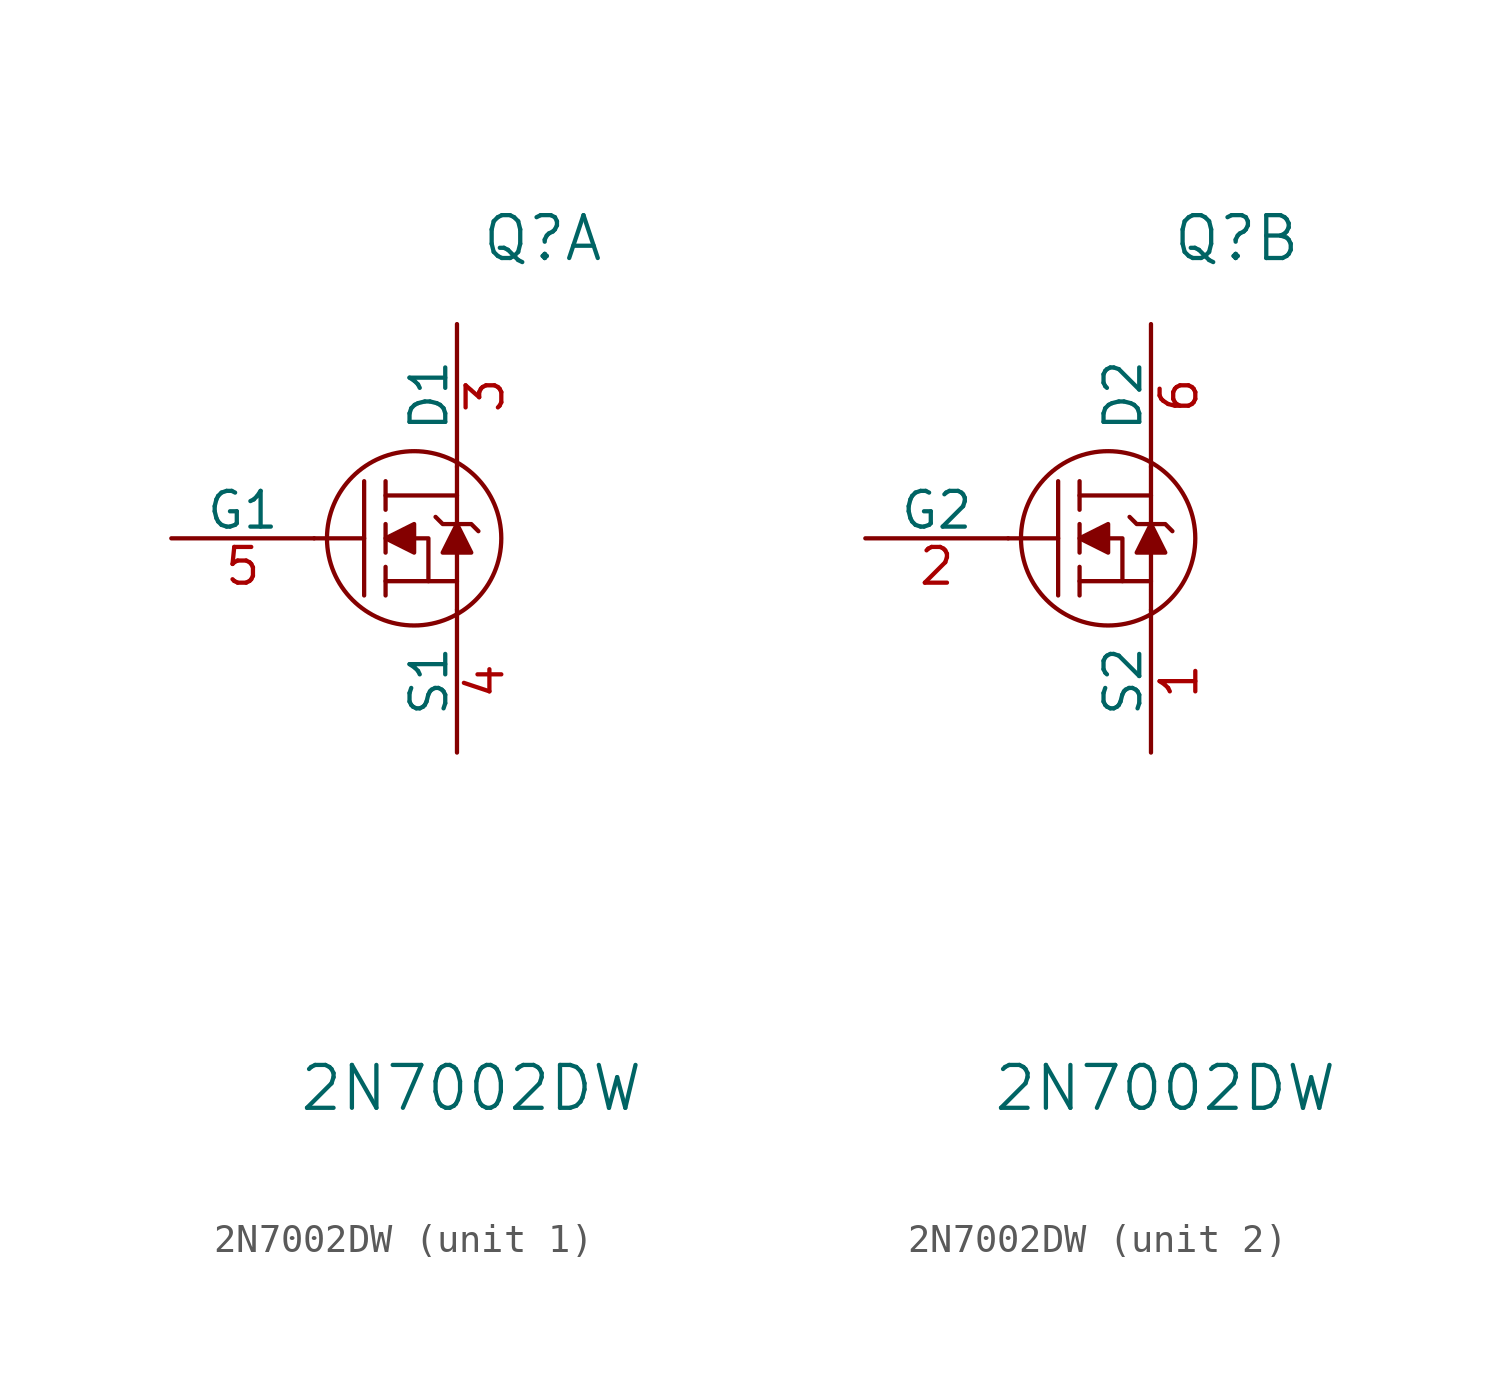
<source format=kicad_sym>
(kicad_symbol_lib
  (version 20231120)
  (generator "kicad_symbol_editor")
  (generator_version "8.0")
  (symbol "2N7002DW"
    (pin_names
      (offset 0))
    (property "Reference" "Q"
      (at 8.128 10.668 0)
      (effects (font (size 1.524 1.524))))
    (property "Value" "2N7002DW"
      (at 5.588 -19.558 0)
      (effects (font (size 1.524 1.524))))
    (property "ki_locked" ""
      (at 0 0 0)
      (effects (font (size 1.27 1.27))))
    (symbol "2N7002DW_1_1"
      (polyline (pts (xy 0 0) (xy 1.778 0)) (stroke (width 0) (type default)) (fill (type none)))
      (polyline (pts (xy 1.778 -2.032) (xy 1.778 2.032)) (stroke (width 0) (type default)) (fill (type none)))
      (polyline (pts (xy 2.54 -2.032) (xy 2.54 -1.016)) (stroke (width 0) (type default)) (fill (type none)))
      (polyline (pts (xy 2.54 -0.508) (xy 2.54 0.508)) (stroke (width 0) (type default)) (fill (type none)))
      (polyline (pts (xy 2.54 1.016) (xy 2.54 2.032)) (stroke (width 0) (type default)) (fill (type none)))
      (polyline (pts (xy 5.08 -1.524) (xy 5.08 -2.54)) (stroke (width 0) (type default)) (fill (type none)))
      (polyline (pts (xy 5.08 2.54) (xy 5.08 1.524)) (stroke (width 0) (type default)) (fill (type none)))
      (polyline (pts (xy 4.064 -1.524) (xy 4.064 0) (xy 3.556 0)) (stroke (width 0) (type default)) (fill (type none)))
      (polyline (pts (xy 5.08 -0.508) (xy 5.08 -1.524) (xy 2.54 -1.524)) (stroke (width 0) (type default)) (fill (type none)))
      (polyline (pts (xy 5.08 0.508) (xy 5.08 1.524) (xy 2.54 1.524)) (stroke (width 0) (type default)) (fill (type none)))
      (polyline (pts (xy 2.54 0) (xy 3.556 0.508) (xy 3.556 -0.508) (xy 2.54 0)) (stroke (width 0) (type default)) (fill (type outline)))
      (polyline (pts (xy 4.318 0.762) (xy 4.572 0.508) (xy 5.588 0.508) (xy 5.842 0.254)) (stroke (width 0) (type default)) (fill (type none)))
      (polyline (pts (xy 5.08 0.508) (xy 5.588 -0.508) (xy 4.572 -0.508) (xy 5.08 0.508)) (stroke (width 0) (type default)) (fill (type outline)))
      (circle (center 3.556 0) (radius 3.1) (stroke (width 0) (type default)) (fill (type none)))
      (pin passive line (at 5.08 7.62 270) (length 5.08) (name "D1" (effects (font (size 1.27 1.27)))) (number "3" (effects (font (size 1.27 1.27)))))
      (pin passive line (at 5.08 -7.62 90) (length 5.08) (name "S1" (effects (font (size 1.27 1.27)))) (number "4" (effects (font (size 1.27 1.27)))))
      (pin passive line (at -5.08 0 0) (length 5.08) (name "G1" (effects (font (size 1.27 1.27)))) (number "5" (effects (font (size 1.27 1.27))))))
    (symbol "2N7002DW_2_1"
      (polyline (pts (xy 0 0) (xy 1.778 0)) (stroke (width 0) (type default)) (fill (type none)))
      (polyline (pts (xy 1.778 -2.032) (xy 1.778 2.032)) (stroke (width 0) (type default)) (fill (type none)))
      (polyline (pts (xy 2.54 -2.032) (xy 2.54 -1.016)) (stroke (width 0) (type default)) (fill (type none)))
      (polyline (pts (xy 2.54 -0.508) (xy 2.54 0.508)) (stroke (width 0) (type default)) (fill (type none)))
      (polyline (pts (xy 2.54 1.016) (xy 2.54 2.032)) (stroke (width 0) (type default)) (fill (type none)))
      (polyline (pts (xy 5.08 -1.524) (xy 5.08 -2.54)) (stroke (width 0) (type default)) (fill (type none)))
      (polyline (pts (xy 5.08 2.54) (xy 5.08 1.524)) (stroke (width 0) (type default)) (fill (type none)))
      (polyline (pts (xy 4.064 -1.524) (xy 4.064 0) (xy 3.556 0)) (stroke (width 0) (type default)) (fill (type none)))
      (polyline (pts (xy 5.08 -0.508) (xy 5.08 -1.524) (xy 2.54 -1.524)) (stroke (width 0) (type default)) (fill (type none)))
      (polyline (pts (xy 5.08 0.508) (xy 5.08 1.524) (xy 2.54 1.524)) (stroke (width 0) (type default)) (fill (type none)))
      (polyline (pts (xy 2.54 0) (xy 3.556 0.508) (xy 3.556 -0.508) (xy 2.54 0)) (stroke (width 0) (type default)) (fill (type outline)))
      (polyline (pts (xy 4.318 0.762) (xy 4.572 0.508) (xy 5.588 0.508) (xy 5.842 0.254)) (stroke (width 0) (type default)) (fill (type none)))
      (polyline (pts (xy 5.08 0.508) (xy 5.588 -0.508) (xy 4.572 -0.508) (xy 5.08 0.508)) (stroke (width 0) (type default)) (fill (type outline)))
      (circle (center 3.556 0) (radius 3.1) (stroke (width 0) (type default)) (fill (type none)))
      (pin passive line (at 5.08 -7.62 90) (length 5.08) (name "S2" (effects (font (size 1.27 1.27)))) (number "1" (effects (font (size 1.27 1.27)))))
      (pin passive line (at -5.08 0 0) (length 5.08) (name "G2" (effects (font (size 1.27 1.27)))) (number "2" (effects (font (size 1.27 1.27)))))
      (pin passive line (at 5.08 7.62 270) (length 5.08) (name "D2" (effects (font (size 1.27 1.27)))) (number "6" (effects (font (size 1.27 1.27))))))))
</source>
